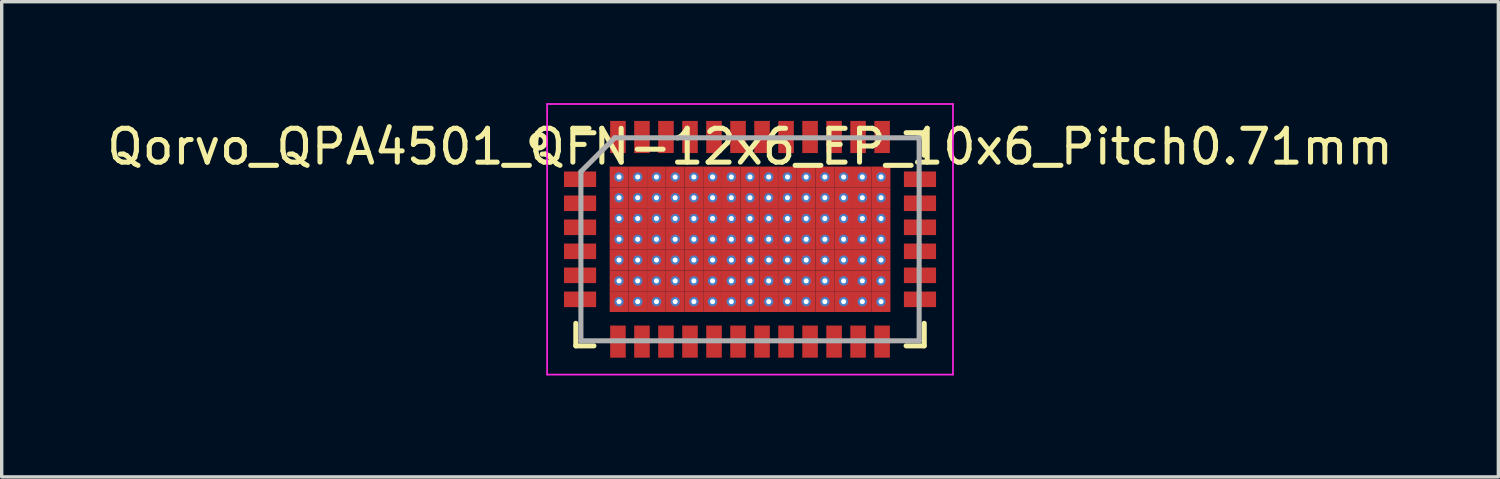
<source format=kicad_pcb>
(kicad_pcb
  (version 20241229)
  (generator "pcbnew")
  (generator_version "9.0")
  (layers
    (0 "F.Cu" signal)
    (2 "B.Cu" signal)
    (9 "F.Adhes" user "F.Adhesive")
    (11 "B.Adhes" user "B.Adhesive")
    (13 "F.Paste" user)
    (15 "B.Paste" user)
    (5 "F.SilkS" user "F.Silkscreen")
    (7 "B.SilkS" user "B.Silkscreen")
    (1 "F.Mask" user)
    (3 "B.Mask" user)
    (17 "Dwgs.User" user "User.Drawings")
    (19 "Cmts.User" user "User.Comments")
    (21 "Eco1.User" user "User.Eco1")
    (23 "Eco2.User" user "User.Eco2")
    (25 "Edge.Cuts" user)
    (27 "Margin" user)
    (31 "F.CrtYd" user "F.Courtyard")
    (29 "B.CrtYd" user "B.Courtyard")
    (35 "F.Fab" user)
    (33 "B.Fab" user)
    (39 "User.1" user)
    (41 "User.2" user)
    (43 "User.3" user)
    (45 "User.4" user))
  (footprint "Qorvo_QPA4501_QFN-12x6_EP_10x6_Pitch0.71mm"
    (layer "F.Cu")
    (at 19.125 4.025)
    (property "Reference" "Qorvo_QPA4501_QFN-12x6_EP_10x6_Pitch0.71mm" (at 0 -2.737 0) (layer "F.SilkS") (effects (font (size 1 1) (thickness 0.15))))
    (attr smd)
    (fp_line (start -5.15 3.15) (end -5.15 2.485) (stroke (width 0.15) (type solid)) (layer "F.SilkS"))
    (fp_line (start -4.615 -3.15) (end -5.225 -3.15) (stroke (width 0.15) (type solid)) (layer "F.SilkS"))
    (fp_line (start -4.615 3.15) (end -5.15 3.15) (stroke (width 0.15) (type solid)) (layer "F.SilkS"))
    (fp_line (start 4.615 -3.15) (end 5.15 -3.15) (stroke (width 0.15) (type solid)) (layer "F.SilkS"))
    (fp_line (start 4.615 3.15) (end 5.15 3.15) (stroke (width 0.15) (type solid)) (layer "F.SilkS"))
    (fp_line (start 5.15 -3.15) (end 5.15 -2.485) (stroke (width 0.15) (type solid)) (layer "F.SilkS"))
    (fp_line (start 5.15 3.15) (end 5.15 2.485) (stroke (width 0.15) (type solid)) (layer "F.SilkS"))
    (fp_circle (center -6.25 -2.9) (end -6.25 -2.7) (stroke (width 0.15) (type solid)) (fill no) (layer "F.SilkS"))
    (fp_line (start -6 -4) (end 6 -4) (stroke (width 0.05) (type solid)) (layer "F.CrtYd"))
    (fp_line (start -6 4) (end -6 -4) (stroke (width 0.05) (type solid)) (layer "F.CrtYd"))
    (fp_line (start 6 -4) (end 6 4) (stroke (width 0.05) (type solid)) (layer "F.CrtYd"))
    (fp_line (start 6 4) (end -6 4) (stroke (width 0.05) (type solid)) (layer "F.CrtYd"))
    (fp_line (start -5 -2) (end -5 3) (stroke (width 0.15) (type solid)) (layer "F.Fab"))
    (fp_line (start -5 3) (end 5 3) (stroke (width 0.15) (type solid)) (layer "F.Fab"))
    (fp_line (start -4 -3) (end -5 -2) (stroke (width 0.15) (type solid)) (layer "F.Fab"))
    (fp_line (start 5 -3) (end -4 -3) (stroke (width 0.15) (type solid)) (layer "F.Fab"))
    (fp_line (start 5 3) (end 5 -3) (stroke (width 0.15) (type solid)) (layer "F.Fab"))
    (pad "1" smd rect (at -5.025 -1.775 90) (size 0.46 0.95) (layers "F.Cu" "F.Mask" "F.Paste"))
    (pad "2" smd rect (at -5.025 -1.065 90) (size 0.46 0.95) (layers "F.Cu" "F.Mask" "F.Paste"))
    (pad "3" smd rect (at -5.025 -0.355 90) (size 0.46 0.95) (layers "F.Cu" "F.Mask" "F.Paste"))
    (pad "4" smd rect (at -5.025 0.355 90) (size 0.46 0.95) (layers "F.Cu" "F.Mask" "F.Paste"))
    (pad "5" smd rect (at -5.025 1.065 90) (size 0.46 0.95) (layers "F.Cu" "F.Mask" "F.Paste"))
    (pad "6" smd rect (at -5.025 1.775 90) (size 0.46 0.95) (layers "F.Cu" "F.Mask" "F.Paste"))
    (pad "7" smd rect (at -3.905 3.025) (size 0.46 0.95) (layers "F.Cu" "F.Mask" "F.Paste"))
    (pad "8" smd rect (at -3.195 3.025) (size 0.46 0.95) (layers "F.Cu" "F.Mask" "F.Paste"))
    (pad "9" smd rect (at -2.485 3.025) (size 0.46 0.95) (layers "F.Cu" "F.Mask" "F.Paste"))
    (pad "10" smd rect (at -1.775 3.025) (size 0.46 0.95) (layers "F.Cu" "F.Mask" "F.Paste"))
    (pad "11" smd rect (at -1.065 3.025) (size 0.46 0.95) (layers "F.Cu" "F.Mask" "F.Paste"))
    (pad "12" smd rect (at -0.355 3.025) (size 0.46 0.95) (layers "F.Cu" "F.Mask" "F.Paste"))
    (pad "13" smd rect (at 0.355 3.025) (size 0.46 0.95) (layers "F.Cu" "F.Mask" "F.Paste"))
    (pad "14" smd rect (at 1.065 3.025) (size 0.46 0.95) (layers "F.Cu" "F.Mask" "F.Paste"))
    (pad "15" smd rect (at 1.775 3.025) (size 0.46 0.95) (layers "F.Cu" "F.Mask" "F.Paste"))
    (pad "16" smd rect (at 2.485 3.025) (size 0.46 0.95) (layers "F.Cu" "F.Mask" "F.Paste"))
    (pad "17" smd rect (at 3.195 3.025) (size 0.46 0.95) (layers "F.Cu" "F.Mask" "F.Paste"))
    (pad "18" smd rect (at 3.905 3.025) (size 0.46 0.95) (layers "F.Cu" "F.Mask" "F.Paste"))
    (pad "19" smd rect (at 5.025 1.775 90) (size 0.46 0.95) (layers "F.Cu" "F.Mask" "F.Paste"))
    (pad "20" smd rect (at 5.025 1.065 90) (size 0.46 0.95) (layers "F.Cu" "F.Mask" "F.Paste"))
    (pad "21" smd rect (at 5.025 0.355 90) (size 0.46 0.95) (layers "F.Cu" "F.Mask" "F.Paste"))
    (pad "22" smd rect (at 5.025 -0.355 90) (size 0.46 0.95) (layers "F.Cu" "F.Mask" "F.Paste"))
    (pad "23" smd rect (at 5.025 -1.065 90) (size 0.46 0.95) (layers "F.Cu" "F.Mask" "F.Paste"))
    (pad "24" smd rect (at 5.025 -1.775 90) (size 0.46 0.95) (layers "F.Cu" "F.Mask" "F.Paste"))
    (pad "25" smd rect (at 3.905 -3.025) (size 0.46 0.95) (layers "F.Cu" "F.Mask" "F.Paste"))
    (pad "26" smd rect (at 3.195 -3.025) (size 0.46 0.95) (layers "F.Cu" "F.Mask" "F.Paste"))
    (pad "27" smd rect (at 2.485 -3.025) (size 0.46 0.95) (layers "F.Cu" "F.Mask" "F.Paste"))
    (pad "28" smd rect (at 1.775 -3.025) (size 0.46 0.95) (layers "F.Cu" "F.Mask" "F.Paste"))
    (pad "29" smd rect (at 1.065 -3.025) (size 0.46 0.95) (layers "F.Cu" "F.Mask" "F.Paste"))
    (pad "30" smd rect (at 0.355 -3.025) (size 0.46 0.95) (layers "F.Cu" "F.Mask" "F.Paste"))
    (pad "31" smd rect (at -0.355 -3.025) (size 0.46 0.95) (layers "F.Cu" "F.Mask" "F.Paste"))
    (pad "32" smd rect (at -1.065 -3.025) (size 0.46 0.95) (layers "F.Cu" "F.Mask" "F.Paste"))
    (pad "33" smd rect (at -1.775 -3.025) (size 0.46 0.95) (layers "F.Cu" "F.Mask" "F.Paste"))
    (pad "34" smd rect (at -2.485 -3.025) (size 0.46 0.95) (layers "F.Cu" "F.Mask" "F.Paste"))
    (pad "35" smd rect (at -3.195 -3.025) (size 0.46 0.95) (layers "F.Cu" "F.Mask" "F.Paste"))
    (pad "36" smd rect (at -3.905 -3.025) (size 0.46 0.95) (layers "F.Cu" "F.Mask" "F.Paste"))
    (pad "37" thru_hole circle (at -3.873 -1.843) (size 0.277 0.277) (drill 0.15) (layers "*.Cu" "*.Mask"))
    (pad "37" smd rect (at -3.873 -1.843) (size 0.553 0.614) (layers "F.Cu" "F.Mask" "F.Paste"))
    (pad "37" thru_hole circle (at -3.873 -1.229) (size 0.277 0.277) (drill 0.15) (layers "*.Cu" "*.Mask"))
    (pad "37" smd rect (at -3.873 -1.229) (size 0.553 0.614) (layers "F.Cu" "F.Mask" "F.Paste"))
    (pad "37" thru_hole circle (at -3.873 -0.614) (size 0.277 0.277) (drill 0.15) (layers "*.Cu" "*.Mask"))
    (pad "37" smd rect (at -3.873 -0.614) (size 0.553 0.614) (layers "F.Cu" "F.Mask" "F.Paste"))
    (pad "37" thru_hole circle (at -3.873 0) (size 0.277 0.277) (drill 0.15) (layers "*.Cu" "*.Mask"))
    (pad "37" smd rect (at -3.873 0) (size 0.553 0.614) (layers "F.Cu" "F.Mask" "F.Paste"))
    (pad "37" thru_hole circle (at -3.873 0.614) (size 0.277 0.277) (drill 0.15) (layers "*.Cu" "*.Mask"))
    (pad "37" smd rect (at -3.873 0.614) (size 0.553 0.614) (layers "F.Cu" "F.Mask" "F.Paste"))
    (pad "37" thru_hole circle (at -3.873 1.229) (size 0.277 0.277) (drill 0.15) (layers "*.Cu" "*.Mask"))
    (pad "37" smd rect (at -3.873 1.229) (size 0.553 0.614) (layers "F.Cu" "F.Mask" "F.Paste"))
    (pad "37" thru_hole circle (at -3.873 1.843) (size 0.277 0.277) (drill 0.15) (layers "*.Cu" "*.Mask"))
    (pad "37" smd rect (at -3.873 1.843) (size 0.553 0.614) (layers "F.Cu" "F.Mask" "F.Paste"))
    (pad "37" thru_hole circle (at -3.32 -1.843) (size 0.277 0.277) (drill 0.15) (layers "*.Cu" "*.Mask"))
    (pad "37" smd rect (at -3.32 -1.843) (size 0.553 0.614) (layers "F.Cu" "F.Mask" "F.Paste"))
    (pad "37" thru_hole circle (at -3.32 -1.229) (size 0.277 0.277) (drill 0.15) (layers "*.Cu" "*.Mask"))
    (pad "37" smd rect (at -3.32 -1.229) (size 0.553 0.614) (layers "F.Cu" "F.Mask" "F.Paste"))
    (pad "37" thru_hole circle (at -3.32 -0.614) (size 0.277 0.277) (drill 0.15) (layers "*.Cu" "*.Mask"))
    (pad "37" smd rect (at -3.32 -0.614) (size 0.553 0.614) (layers "F.Cu" "F.Mask" "F.Paste"))
    (pad "37" thru_hole circle (at -3.32 0) (size 0.277 0.277) (drill 0.15) (layers "*.Cu" "*.Mask"))
    (pad "37" smd rect (at -3.32 0) (size 0.553 0.614) (layers "F.Cu" "F.Mask" "F.Paste"))
    (pad "37" thru_hole circle (at -3.32 0.614) (size 0.277 0.277) (drill 0.15) (layers "*.Cu" "*.Mask"))
    (pad "37" smd rect (at -3.32 0.614) (size 0.553 0.614) (layers "F.Cu" "F.Mask" "F.Paste"))
    (pad "37" thru_hole circle (at -3.32 1.229) (size 0.277 0.277) (drill 0.15) (layers "*.Cu" "*.Mask"))
    (pad "37" smd rect (at -3.32 1.229) (size 0.553 0.614) (layers "F.Cu" "F.Mask" "F.Paste"))
    (pad "37" thru_hole circle (at -3.32 1.843) (size 0.277 0.277) (drill 0.15) (layers "*.Cu" "*.Mask"))
    (pad "37" smd rect (at -3.32 1.843) (size 0.553 0.614) (layers "F.Cu" "F.Mask" "F.Paste"))
    (pad "37" thru_hole circle (at -2.767 -1.843) (size 0.277 0.277) (drill 0.15) (layers "*.Cu" "*.Mask"))
    (pad "37" smd rect (at -2.767 -1.843) (size 0.553 0.614) (layers "F.Cu" "F.Mask" "F.Paste"))
    (pad "37" thru_hole circle (at -2.767 -1.229) (size 0.277 0.277) (drill 0.15) (layers "*.Cu" "*.Mask"))
    (pad "37" smd rect (at -2.767 -1.229) (size 0.553 0.614) (layers "F.Cu" "F.Mask" "F.Paste"))
    (pad "37" thru_hole circle (at -2.767 -0.614) (size 0.277 0.277) (drill 0.15) (layers "*.Cu" "*.Mask"))
    (pad "37" smd rect (at -2.767 -0.614) (size 0.553 0.614) (layers "F.Cu" "F.Mask" "F.Paste"))
    (pad "37" thru_hole circle (at -2.767 0) (size 0.277 0.277) (drill 0.15) (layers "*.Cu" "*.Mask"))
    (pad "37" smd rect (at -2.767 0) (size 0.553 0.614) (layers "F.Cu" "F.Mask" "F.Paste"))
    (pad "37" thru_hole circle (at -2.767 0.614) (size 0.277 0.277) (drill 0.15) (layers "*.Cu" "*.Mask"))
    (pad "37" smd rect (at -2.767 0.614) (size 0.553 0.614) (layers "F.Cu" "F.Mask" "F.Paste"))
    (pad "37" thru_hole circle (at -2.767 1.229) (size 0.277 0.277) (drill 0.15) (layers "*.Cu" "*.Mask"))
    (pad "37" smd rect (at -2.767 1.229) (size 0.553 0.614) (layers "F.Cu" "F.Mask" "F.Paste"))
    (pad "37" thru_hole circle (at -2.767 1.843) (size 0.277 0.277) (drill 0.15) (layers "*.Cu" "*.Mask"))
    (pad "37" smd rect (at -2.767 1.843) (size 0.553 0.614) (layers "F.Cu" "F.Mask" "F.Paste"))
    (pad "37" thru_hole circle (at -2.213 -1.843) (size 0.277 0.277) (drill 0.15) (layers "*.Cu" "*.Mask"))
    (pad "37" smd rect (at -2.213 -1.843) (size 0.553 0.614) (layers "F.Cu" "F.Mask" "F.Paste"))
    (pad "37" thru_hole circle (at -2.213 -1.229) (size 0.277 0.277) (drill 0.15) (layers "*.Cu" "*.Mask"))
    (pad "37" smd rect (at -2.213 -1.229) (size 0.553 0.614) (layers "F.Cu" "F.Mask" "F.Paste"))
    (pad "37" thru_hole circle (at -2.213 -0.614) (size 0.277 0.277) (drill 0.15) (layers "*.Cu" "*.Mask"))
    (pad "37" smd rect (at -2.213 -0.614) (size 0.553 0.614) (layers "F.Cu" "F.Mask" "F.Paste"))
    (pad "37" thru_hole circle (at -2.213 0) (size 0.277 0.277) (drill 0.15) (layers "*.Cu" "*.Mask"))
    (pad "37" smd rect (at -2.213 0) (size 0.553 0.614) (layers "F.Cu" "F.Mask" "F.Paste"))
    (pad "37" thru_hole circle (at -2.213 0.614) (size 0.277 0.277) (drill 0.15) (layers "*.Cu" "*.Mask"))
    (pad "37" smd rect (at -2.213 0.614) (size 0.553 0.614) (layers "F.Cu" "F.Mask" "F.Paste"))
    (pad "37" thru_hole circle (at -2.213 1.229) (size 0.277 0.277) (drill 0.15) (layers "*.Cu" "*.Mask"))
    (pad "37" smd rect (at -2.213 1.229) (size 0.553 0.614) (layers "F.Cu" "F.Mask" "F.Paste"))
    (pad "37" thru_hole circle (at -2.213 1.843) (size 0.277 0.277) (drill 0.15) (layers "*.Cu" "*.Mask"))
    (pad "37" smd rect (at -2.213 1.843) (size 0.553 0.614) (layers "F.Cu" "F.Mask" "F.Paste"))
    (pad "37" thru_hole circle (at -1.66 -1.843) (size 0.277 0.277) (drill 0.15) (layers "*.Cu" "*.Mask"))
    (pad "37" smd rect (at -1.66 -1.843) (size 0.553 0.614) (layers "F.Cu" "F.Mask" "F.Paste"))
    (pad "37" thru_hole circle (at -1.66 -1.229) (size 0.277 0.277) (drill 0.15) (layers "*.Cu" "*.Mask"))
    (pad "37" smd rect (at -1.66 -1.229) (size 0.553 0.614) (layers "F.Cu" "F.Mask" "F.Paste"))
    (pad "37" thru_hole circle (at -1.66 -0.614) (size 0.277 0.277) (drill 0.15) (layers "*.Cu" "*.Mask"))
    (pad "37" smd rect (at -1.66 -0.614) (size 0.553 0.614) (layers "F.Cu" "F.Mask" "F.Paste"))
    (pad "37" thru_hole circle (at -1.66 0) (size 0.277 0.277) (drill 0.15) (layers "*.Cu" "*.Mask"))
    (pad "37" smd rect (at -1.66 0) (size 0.553 0.614) (layers "F.Cu" "F.Mask" "F.Paste"))
    (pad "37" thru_hole circle (at -1.66 0.614) (size 0.277 0.277) (drill 0.15) (layers "*.Cu" "*.Mask"))
    (pad "37" smd rect (at -1.66 0.614) (size 0.553 0.614) (layers "F.Cu" "F.Mask" "F.Paste"))
    (pad "37" thru_hole circle (at -1.66 1.229) (size 0.277 0.277) (drill 0.15) (layers "*.Cu" "*.Mask"))
    (pad "37" smd rect (at -1.66 1.229) (size 0.553 0.614) (layers "F.Cu" "F.Mask" "F.Paste"))
    (pad "37" thru_hole circle (at -1.66 1.843) (size 0.277 0.277) (drill 0.15) (layers "*.Cu" "*.Mask"))
    (pad "37" smd rect (at -1.66 1.843) (size 0.553 0.614) (layers "F.Cu" "F.Mask" "F.Paste"))
    (pad "37" thru_hole circle (at -1.107 -1.843) (size 0.277 0.277) (drill 0.15) (layers "*.Cu" "*.Mask"))
    (pad "37" smd rect (at -1.107 -1.843) (size 0.553 0.614) (layers "F.Cu" "F.Mask" "F.Paste"))
    (pad "37" thru_hole circle (at -1.107 -1.229) (size 0.277 0.277) (drill 0.15) (layers "*.Cu" "*.Mask"))
    (pad "37" smd rect (at -1.107 -1.229) (size 0.553 0.614) (layers "F.Cu" "F.Mask" "F.Paste"))
    (pad "37" thru_hole circle (at -1.107 -0.614) (size 0.277 0.277) (drill 0.15) (layers "*.Cu" "*.Mask"))
    (pad "37" smd rect (at -1.107 -0.614) (size 0.553 0.614) (layers "F.Cu" "F.Mask" "F.Paste"))
    (pad "37" thru_hole circle (at -1.107 0) (size 0.277 0.277) (drill 0.15) (layers "*.Cu" "*.Mask"))
    (pad "37" smd rect (at -1.107 0) (size 0.553 0.614) (layers "F.Cu" "F.Mask" "F.Paste"))
    (pad "37" thru_hole circle (at -1.107 0.614) (size 0.277 0.277) (drill 0.15) (layers "*.Cu" "*.Mask"))
    (pad "37" smd rect (at -1.107 0.614) (size 0.553 0.614) (layers "F.Cu" "F.Mask" "F.Paste"))
    (pad "37" thru_hole circle (at -1.107 1.229) (size 0.277 0.277) (drill 0.15) (layers "*.Cu" "*.Mask"))
    (pad "37" smd rect (at -1.107 1.229) (size 0.553 0.614) (layers "F.Cu" "F.Mask" "F.Paste"))
    (pad "37" thru_hole circle (at -1.107 1.843) (size 0.277 0.277) (drill 0.15) (layers "*.Cu" "*.Mask"))
    (pad "37" smd rect (at -1.107 1.843) (size 0.553 0.614) (layers "F.Cu" "F.Mask" "F.Paste"))
    (pad "37" thru_hole circle (at -0.553 -1.843) (size 0.277 0.277) (drill 0.15) (layers "*.Cu" "*.Mask"))
    (pad "37" smd rect (at -0.553 -1.843) (size 0.553 0.614) (layers "F.Cu" "F.Mask" "F.Paste"))
    (pad "37" thru_hole circle (at -0.553 -1.229) (size 0.277 0.277) (drill 0.15) (layers "*.Cu" "*.Mask"))
    (pad "37" smd rect (at -0.553 -1.229) (size 0.553 0.614) (layers "F.Cu" "F.Mask" "F.Paste"))
    (pad "37" thru_hole circle (at -0.553 -0.614) (size 0.277 0.277) (drill 0.15) (layers "*.Cu" "*.Mask"))
    (pad "37" smd rect (at -0.553 -0.614) (size 0.553 0.614) (layers "F.Cu" "F.Mask" "F.Paste"))
    (pad "37" thru_hole circle (at -0.553 0) (size 0.277 0.277) (drill 0.15) (layers "*.Cu" "*.Mask"))
    (pad "37" smd rect (at -0.553 0) (size 0.553 0.614) (layers "F.Cu" "F.Mask" "F.Paste"))
    (pad "37" thru_hole circle (at -0.553 0.614) (size 0.277 0.277) (drill 0.15) (layers "*.Cu" "*.Mask"))
    (pad "37" smd rect (at -0.553 0.614) (size 0.553 0.614) (layers "F.Cu" "F.Mask" "F.Paste"))
    (pad "37" thru_hole circle (at -0.553 1.229) (size 0.277 0.277) (drill 0.15) (layers "*.Cu" "*.Mask"))
    (pad "37" smd rect (at -0.553 1.229) (size 0.553 0.614) (layers "F.Cu" "F.Mask" "F.Paste"))
    (pad "37" thru_hole circle (at -0.553 1.843) (size 0.277 0.277) (drill 0.15) (layers "*.Cu" "*.Mask"))
    (pad "37" smd rect (at -0.553 1.843) (size 0.553 0.614) (layers "F.Cu" "F.Mask" "F.Paste"))
    (pad "37" thru_hole circle (at 0 -1.843) (size 0.277 0.277) (drill 0.15) (layers "*.Cu" "*.Mask"))
    (pad "37" smd rect (at 0 -1.843) (size 0.553 0.614) (layers "F.Cu" "F.Mask" "F.Paste"))
    (pad "37" thru_hole circle (at 0 -1.229) (size 0.277 0.277) (drill 0.15) (layers "*.Cu" "*.Mask"))
    (pad "37" smd rect (at 0 -1.229) (size 0.553 0.614) (layers "F.Cu" "F.Mask" "F.Paste"))
    (pad "37" thru_hole circle (at 0 -0.614) (size 0.277 0.277) (drill 0.15) (layers "*.Cu" "*.Mask"))
    (pad "37" smd rect (at 0 -0.614) (size 0.553 0.614) (layers "F.Cu" "F.Mask" "F.Paste"))
    (pad "37" thru_hole circle (at 0 0) (size 0.277 0.277) (drill 0.15) (layers "*.Cu" "*.Mask"))
    (pad "37" smd rect (at 0 0) (size 0.553 0.614) (layers "F.Cu" "F.Mask" "F.Paste"))
    (pad "37" thru_hole circle (at 0 0.614) (size 0.277 0.277) (drill 0.15) (layers "*.Cu" "*.Mask"))
    (pad "37" smd rect (at 0 0.614) (size 0.553 0.614) (layers "F.Cu" "F.Mask" "F.Paste"))
    (pad "37" thru_hole circle (at 0 1.229) (size 0.277 0.277) (drill 0.15) (layers "*.Cu" "*.Mask"))
    (pad "37" smd rect (at 0 1.229) (size 0.553 0.614) (layers "F.Cu" "F.Mask" "F.Paste"))
    (pad "37" thru_hole circle (at 0 1.843) (size 0.277 0.277) (drill 0.15) (layers "*.Cu" "*.Mask"))
    (pad "37" smd rect (at 0 1.843) (size 0.553 0.614) (layers "F.Cu" "F.Mask" "F.Paste"))
    (pad "37" thru_hole circle (at 0.553 -1.843) (size 0.277 0.277) (drill 0.15) (layers "*.Cu" "*.Mask"))
    (pad "37" smd rect (at 0.553 -1.843) (size 0.553 0.614) (layers "F.Cu" "F.Mask" "F.Paste"))
    (pad "37" thru_hole circle (at 0.553 -1.229) (size 0.277 0.277) (drill 0.15) (layers "*.Cu" "*.Mask"))
    (pad "37" smd rect (at 0.553 -1.229) (size 0.553 0.614) (layers "F.Cu" "F.Mask" "F.Paste"))
    (pad "37" thru_hole circle (at 0.553 -0.614) (size 0.277 0.277) (drill 0.15) (layers "*.Cu" "*.Mask"))
    (pad "37" smd rect (at 0.553 -0.614) (size 0.553 0.614) (layers "F.Cu" "F.Mask" "F.Paste"))
    (pad "37" thru_hole circle (at 0.553 0) (size 0.277 0.277) (drill 0.15) (layers "*.Cu" "*.Mask"))
    (pad "37" smd rect (at 0.553 0) (size 0.553 0.614) (layers "F.Cu" "F.Mask" "F.Paste"))
    (pad "37" thru_hole circle (at 0.553 0.614) (size 0.277 0.277) (drill 0.15) (layers "*.Cu" "*.Mask"))
    (pad "37" smd rect (at 0.553 0.614) (size 0.553 0.614) (layers "F.Cu" "F.Mask" "F.Paste"))
    (pad "37" thru_hole circle (at 0.553 1.229) (size 0.277 0.277) (drill 0.15) (layers "*.Cu" "*.Mask"))
    (pad "37" smd rect (at 0.553 1.229) (size 0.553 0.614) (layers "F.Cu" "F.Mask" "F.Paste"))
    (pad "37" thru_hole circle (at 0.553 1.843) (size 0.277 0.277) (drill 0.15) (layers "*.Cu" "*.Mask"))
    (pad "37" smd rect (at 0.553 1.843) (size 0.553 0.614) (layers "F.Cu" "F.Mask" "F.Paste"))
    (pad "37" thru_hole circle (at 1.107 -1.843) (size 0.277 0.277) (drill 0.15) (layers "*.Cu" "*.Mask"))
    (pad "37" smd rect (at 1.107 -1.843) (size 0.553 0.614) (layers "F.Cu" "F.Mask" "F.Paste"))
    (pad "37" thru_hole circle (at 1.107 -1.229) (size 0.277 0.277) (drill 0.15) (layers "*.Cu" "*.Mask"))
    (pad "37" smd rect (at 1.107 -1.229) (size 0.553 0.614) (layers "F.Cu" "F.Mask" "F.Paste"))
    (pad "37" thru_hole circle (at 1.107 -0.614) (size 0.277 0.277) (drill 0.15) (layers "*.Cu" "*.Mask"))
    (pad "37" smd rect (at 1.107 -0.614) (size 0.553 0.614) (layers "F.Cu" "F.Mask" "F.Paste"))
    (pad "37" thru_hole circle (at 1.107 0) (size 0.277 0.277) (drill 0.15) (layers "*.Cu" "*.Mask"))
    (pad "37" smd rect (at 1.107 0) (size 0.553 0.614) (layers "F.Cu" "F.Mask" "F.Paste"))
    (pad "37" thru_hole circle (at 1.107 0.614) (size 0.277 0.277) (drill 0.15) (layers "*.Cu" "*.Mask"))
    (pad "37" smd rect (at 1.107 0.614) (size 0.553 0.614) (layers "F.Cu" "F.Mask" "F.Paste"))
    (pad "37" thru_hole circle (at 1.107 1.229) (size 0.277 0.277) (drill 0.15) (layers "*.Cu" "*.Mask"))
    (pad "37" smd rect (at 1.107 1.229) (size 0.553 0.614) (layers "F.Cu" "F.Mask" "F.Paste"))
    (pad "37" thru_hole circle (at 1.107 1.843) (size 0.277 0.277) (drill 0.15) (layers "*.Cu" "*.Mask"))
    (pad "37" smd rect (at 1.107 1.843) (size 0.553 0.614) (layers "F.Cu" "F.Mask" "F.Paste"))
    (pad "37" thru_hole circle (at 1.66 -1.843) (size 0.277 0.277) (drill 0.15) (layers "*.Cu" "*.Mask"))
    (pad "37" smd rect (at 1.66 -1.843) (size 0.553 0.614) (layers "F.Cu" "F.Mask" "F.Paste"))
    (pad "37" thru_hole circle (at 1.66 -1.229) (size 0.277 0.277) (drill 0.15) (layers "*.Cu" "*.Mask"))
    (pad "37" smd rect (at 1.66 -1.229) (size 0.553 0.614) (layers "F.Cu" "F.Mask" "F.Paste"))
    (pad "37" thru_hole circle (at 1.66 -0.614) (size 0.277 0.277) (drill 0.15) (layers "*.Cu" "*.Mask"))
    (pad "37" smd rect (at 1.66 -0.614) (size 0.553 0.614) (layers "F.Cu" "F.Mask" "F.Paste"))
    (pad "37" thru_hole circle (at 1.66 0) (size 0.277 0.277) (drill 0.15) (layers "*.Cu" "*.Mask"))
    (pad "37" smd rect (at 1.66 0) (size 0.553 0.614) (layers "F.Cu" "F.Mask" "F.Paste"))
    (pad "37" thru_hole circle (at 1.66 0.614) (size 0.277 0.277) (drill 0.15) (layers "*.Cu" "*.Mask"))
    (pad "37" smd rect (at 1.66 0.614) (size 0.553 0.614) (layers "F.Cu" "F.Mask" "F.Paste"))
    (pad "37" thru_hole circle (at 1.66 1.229) (size 0.277 0.277) (drill 0.15) (layers "*.Cu" "*.Mask"))
    (pad "37" smd rect (at 1.66 1.229) (size 0.553 0.614) (layers "F.Cu" "F.Mask" "F.Paste"))
    (pad "37" thru_hole circle (at 1.66 1.843) (size 0.277 0.277) (drill 0.15) (layers "*.Cu" "*.Mask"))
    (pad "37" smd rect (at 1.66 1.843) (size 0.553 0.614) (layers "F.Cu" "F.Mask" "F.Paste"))
    (pad "37" thru_hole circle (at 2.213 -1.843) (size 0.277 0.277) (drill 0.15) (layers "*.Cu" "*.Mask"))
    (pad "37" smd rect (at 2.213 -1.843) (size 0.553 0.614) (layers "F.Cu" "F.Mask" "F.Paste"))
    (pad "37" thru_hole circle (at 2.213 -1.229) (size 0.277 0.277) (drill 0.15) (layers "*.Cu" "*.Mask"))
    (pad "37" smd rect (at 2.213 -1.229) (size 0.553 0.614) (layers "F.Cu" "F.Mask" "F.Paste"))
    (pad "37" thru_hole circle (at 2.213 -0.614) (size 0.277 0.277) (drill 0.15) (layers "*.Cu" "*.Mask"))
    (pad "37" smd rect (at 2.213 -0.614) (size 0.553 0.614) (layers "F.Cu" "F.Mask" "F.Paste"))
    (pad "37" thru_hole circle (at 2.213 0) (size 0.277 0.277) (drill 0.15) (layers "*.Cu" "*.Mask"))
    (pad "37" smd rect (at 2.213 0) (size 0.553 0.614) (layers "F.Cu" "F.Mask" "F.Paste"))
    (pad "37" thru_hole circle (at 2.213 0.614) (size 0.277 0.277) (drill 0.15) (layers "*.Cu" "*.Mask"))
    (pad "37" smd rect (at 2.213 0.614) (size 0.553 0.614) (layers "F.Cu" "F.Mask" "F.Paste"))
    (pad "37" thru_hole circle (at 2.213 1.229) (size 0.277 0.277) (drill 0.15) (layers "*.Cu" "*.Mask"))
    (pad "37" smd rect (at 2.213 1.229) (size 0.553 0.614) (layers "F.Cu" "F.Mask" "F.Paste"))
    (pad "37" thru_hole circle (at 2.213 1.843) (size 0.277 0.277) (drill 0.15) (layers "*.Cu" "*.Mask"))
    (pad "37" smd rect (at 2.213 1.843) (size 0.553 0.614) (layers "F.Cu" "F.Mask" "F.Paste"))
    (pad "37" thru_hole circle (at 2.767 -1.843) (size 0.277 0.277) (drill 0.15) (layers "*.Cu" "*.Mask"))
    (pad "37" smd rect (at 2.767 -1.843) (size 0.553 0.614) (layers "F.Cu" "F.Mask" "F.Paste"))
    (pad "37" thru_hole circle (at 2.767 -1.229) (size 0.277 0.277) (drill 0.15) (layers "*.Cu" "*.Mask"))
    (pad "37" smd rect (at 2.767 -1.229) (size 0.553 0.614) (layers "F.Cu" "F.Mask" "F.Paste"))
    (pad "37" thru_hole circle (at 2.767 -0.614) (size 0.277 0.277) (drill 0.15) (layers "*.Cu" "*.Mask"))
    (pad "37" smd rect (at 2.767 -0.614) (size 0.553 0.614) (layers "F.Cu" "F.Mask" "F.Paste"))
    (pad "37" thru_hole circle (at 2.767 0) (size 0.277 0.277) (drill 0.15) (layers "*.Cu" "*.Mask"))
    (pad "37" smd rect (at 2.767 0) (size 0.553 0.614) (layers "F.Cu" "F.Mask" "F.Paste"))
    (pad "37" thru_hole circle (at 2.767 0.614) (size 0.277 0.277) (drill 0.15) (layers "*.Cu" "*.Mask"))
    (pad "37" smd rect (at 2.767 0.614) (size 0.553 0.614) (layers "F.Cu" "F.Mask" "F.Paste"))
    (pad "37" thru_hole circle (at 2.767 1.229) (size 0.277 0.277) (drill 0.15) (layers "*.Cu" "*.Mask"))
    (pad "37" smd rect (at 2.767 1.229) (size 0.553 0.614) (layers "F.Cu" "F.Mask" "F.Paste"))
    (pad "37" thru_hole circle (at 2.767 1.843) (size 0.277 0.277) (drill 0.15) (layers "*.Cu" "*.Mask"))
    (pad "37" smd rect (at 2.767 1.843) (size 0.553 0.614) (layers "F.Cu" "F.Mask" "F.Paste"))
    (pad "37" thru_hole circle (at 3.32 -1.843) (size 0.277 0.277) (drill 0.15) (layers "*.Cu" "*.Mask"))
    (pad "37" smd rect (at 3.32 -1.843) (size 0.553 0.614) (layers "F.Cu" "F.Mask" "F.Paste"))
    (pad "37" thru_hole circle (at 3.32 -1.229) (size 0.277 0.277) (drill 0.15) (layers "*.Cu" "*.Mask"))
    (pad "37" smd rect (at 3.32 -1.229) (size 0.553 0.614) (layers "F.Cu" "F.Mask" "F.Paste"))
    (pad "37" thru_hole circle (at 3.32 -0.614) (size 0.277 0.277) (drill 0.15) (layers "*.Cu" "*.Mask"))
    (pad "37" smd rect (at 3.32 -0.614) (size 0.553 0.614) (layers "F.Cu" "F.Mask" "F.Paste"))
    (pad "37" thru_hole circle (at 3.32 0) (size 0.277 0.277) (drill 0.15) (layers "*.Cu" "*.Mask"))
    (pad "37" smd rect (at 3.32 0) (size 0.553 0.614) (layers "F.Cu" "F.Mask" "F.Paste"))
    (pad "37" thru_hole circle (at 3.32 0.614) (size 0.277 0.277) (drill 0.15) (layers "*.Cu" "*.Mask"))
    (pad "37" smd rect (at 3.32 0.614) (size 0.553 0.614) (layers "F.Cu" "F.Mask" "F.Paste"))
    (pad "37" thru_hole circle (at 3.32 1.229) (size 0.277 0.277) (drill 0.15) (layers "*.Cu" "*.Mask"))
    (pad "37" smd rect (at 3.32 1.229) (size 0.553 0.614) (layers "F.Cu" "F.Mask" "F.Paste"))
    (pad "37" thru_hole circle (at 3.32 1.843) (size 0.277 0.277) (drill 0.15) (layers "*.Cu" "*.Mask"))
    (pad "37" smd rect (at 3.32 1.843) (size 0.553 0.614) (layers "F.Cu" "F.Mask" "F.Paste"))
    (pad "37" thru_hole circle (at 3.873 -1.843) (size 0.277 0.277) (drill 0.15) (layers "*.Cu" "*.Mask"))
    (pad "37" smd rect (at 3.873 -1.843) (size 0.553 0.614) (layers "F.Cu" "F.Mask" "F.Paste"))
    (pad "37" thru_hole circle (at 3.873 -1.229) (size 0.277 0.277) (drill 0.15) (layers "*.Cu" "*.Mask"))
    (pad "37" smd rect (at 3.873 -1.229) (size 0.553 0.614) (layers "F.Cu" "F.Mask" "F.Paste"))
    (pad "37" thru_hole circle (at 3.873 -0.614) (size 0.277 0.277) (drill 0.15) (layers "*.Cu" "*.Mask"))
    (pad "37" smd rect (at 3.873 -0.614) (size 0.553 0.614) (layers "F.Cu" "F.Mask" "F.Paste"))
    (pad "37" thru_hole circle (at 3.873 0) (size 0.277 0.277) (drill 0.15) (layers "*.Cu" "*.Mask"))
    (pad "37" smd rect (at 3.873 0) (size 0.553 0.614) (layers "F.Cu" "F.Mask" "F.Paste"))
    (pad "37" thru_hole circle (at 3.873 0.614) (size 0.277 0.277) (drill 0.15) (layers "*.Cu" "*.Mask"))
    (pad "37" smd rect (at 3.873 0.614) (size 0.553 0.614) (layers "F.Cu" "F.Mask" "F.Paste"))
    (pad "37" thru_hole circle (at 3.873 1.229) (size 0.277 0.277) (drill 0.15) (layers "*.Cu" "*.Mask"))
    (pad "37" smd rect (at 3.873 1.229) (size 0.553 0.614) (layers "F.Cu" "F.Mask" "F.Paste"))
    (pad "37" thru_hole circle (at 3.873 1.843) (size 0.277 0.277) (drill 0.15) (layers "*.Cu" "*.Mask"))
    (pad "37" smd rect (at 3.873 1.843) (size 0.553 0.614) (layers "F.Cu" "F.Mask" "F.Paste")))
  (gr_rect
    (start -3 -3)
    (end 41.25 11.05)
    (stroke (width 0.1) (type default))
    (fill no)
    (layer "Edge.Cuts")))
</source>
